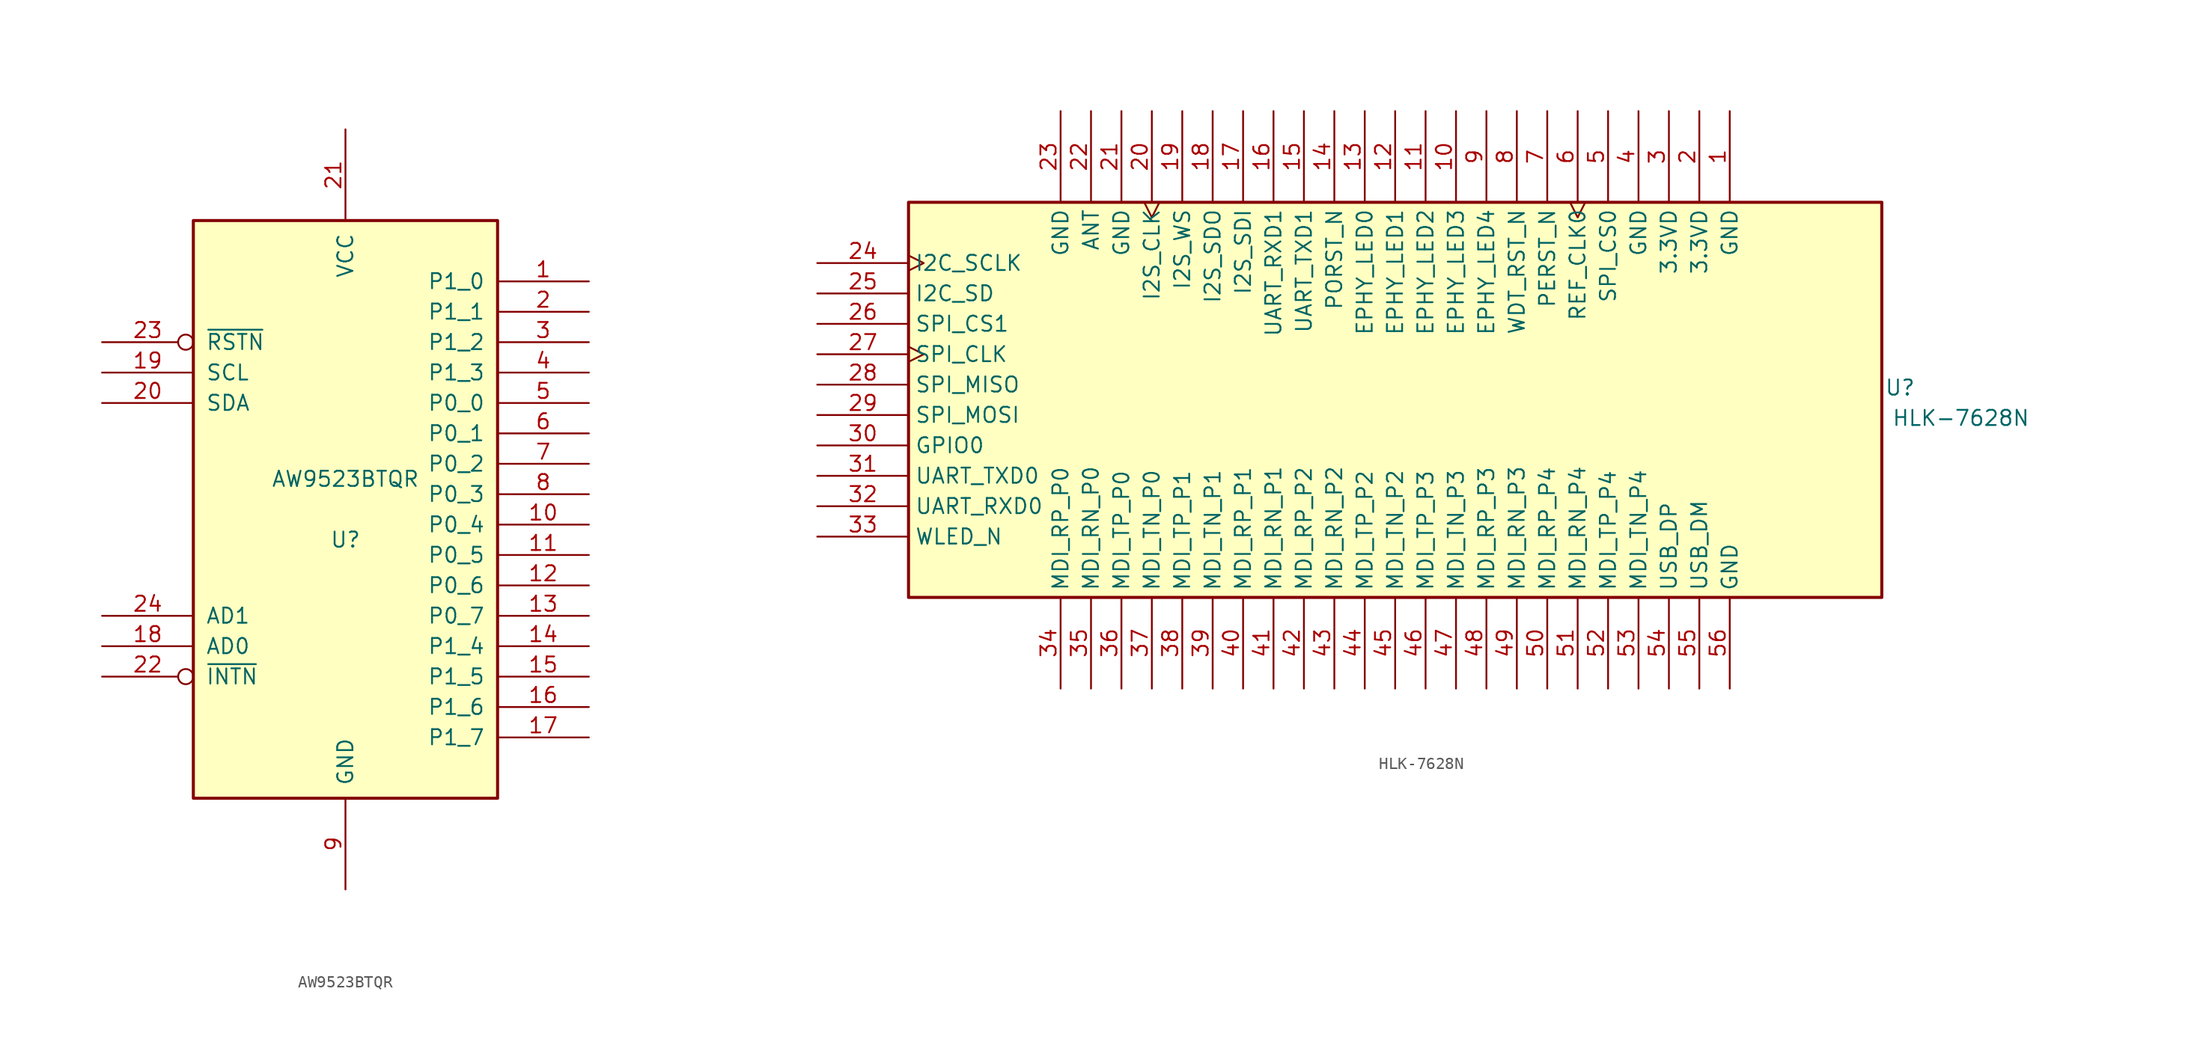
<source format=kicad_sym>
(kicad_symbol_lib
  (version 20231120)
  (generator "kicad_symbol_editor")
  (generator_version "8.0")
  (symbol "AW9523BTQR"
    (pin_names
      (offset 1.016))
    (property "Reference" "U"
      (at 0 -2.54 0)
      (effects (font (size 1.27 1.27))))
    (property "Value" "AW9523BTQR"
      (at 0 2.54 0)
      (effects (font (size 1.27 1.27))))
    (symbol "AW9523BTQR_1_0"
      (rectangle (start -12.7 24.13) (end 12.7 -24.13) (stroke (width 0.254) (type default)) (fill (type background))))
    (symbol "AW9523BTQR_1_1"
      (pin bidirectional line (at 20.32 19.05 180) (length 7.62) (name "P1_0" (effects (font (size 1.27 1.27)))) (number "1" (effects (font (size 1.27 1.27)))))
      (pin bidirectional line (at 20.32 -1.27 180) (length 7.62) (name "P0_4" (effects (font (size 1.27 1.27)))) (number "10" (effects (font (size 1.27 1.27)))))
      (pin bidirectional line (at 20.32 -3.81 180) (length 7.62) (name "P0_5" (effects (font (size 1.27 1.27)))) (number "11" (effects (font (size 1.27 1.27)))))
      (pin bidirectional line (at 20.32 -6.35 180) (length 7.62) (name "P0_6" (effects (font (size 1.27 1.27)))) (number "12" (effects (font (size 1.27 1.27)))))
      (pin bidirectional line (at 20.32 -8.89 180) (length 7.62) (name "P0_7" (effects (font (size 1.27 1.27)))) (number "13" (effects (font (size 1.27 1.27)))))
      (pin bidirectional line (at 20.32 -11.43 180) (length 7.62) (name "P1_4" (effects (font (size 1.27 1.27)))) (number "14" (effects (font (size 1.27 1.27)))))
      (pin bidirectional line (at 20.32 -13.97 180) (length 7.62) (name "P1_5" (effects (font (size 1.27 1.27)))) (number "15" (effects (font (size 1.27 1.27)))))
      (pin bidirectional line (at 20.32 -16.51 180) (length 7.62) (name "P1_6" (effects (font (size 1.27 1.27)))) (number "16" (effects (font (size 1.27 1.27)))))
      (pin bidirectional line (at 20.32 -19.05 180) (length 7.62) (name "P1_7" (effects (font (size 1.27 1.27)))) (number "17" (effects (font (size 1.27 1.27)))))
      (pin input line (at -20.32 -11.43 0) (length 7.62) (name "AD0" (effects (font (size 1.27 1.27)))) (number "18" (effects (font (size 1.27 1.27)))))
      (pin input line (at -20.32 11.43 0) (length 7.62) (name "SCL" (effects (font (size 1.27 1.27)))) (number "19" (effects (font (size 1.27 1.27)))))
      (pin bidirectional line (at 20.32 16.51 180) (length 7.62) (name "P1_1" (effects (font (size 1.27 1.27)))) (number "2" (effects (font (size 1.27 1.27)))))
      (pin bidirectional line (at -20.32 8.89 0) (length 7.62) (name "SDA" (effects (font (size 1.27 1.27)))) (number "20" (effects (font (size 1.27 1.27)))))
      (pin power_in line (at 0 31.75 270) (length 7.62) (name "VCC" (effects (font (size 1.27 1.27)))) (number "21" (effects (font (size 1.27 1.27)))))
      (pin output inverted (at -20.32 -13.97 0) (length 7.62) (name "~{INTN}" (effects (font (size 1.27 1.27)))) (number "22" (effects (font (size 1.27 1.27)))))
      (pin input inverted (at -20.32 13.97 0) (length 7.62) (name "~{RSTN}" (effects (font (size 1.27 1.27)))) (number "23" (effects (font (size 1.27 1.27)))))
      (pin input line (at -20.32 -8.89 0) (length 7.62) (name "AD1" (effects (font (size 1.27 1.27)))) (number "24" (effects (font (size 1.27 1.27)))))
      (pin bidirectional line (at 20.32 13.97 180) (length 7.62) (name "P1_2" (effects (font (size 1.27 1.27)))) (number "3" (effects (font (size 1.27 1.27)))))
      (pin bidirectional line (at 20.32 11.43 180) (length 7.62) (name "P1_3" (effects (font (size 1.27 1.27)))) (number "4" (effects (font (size 1.27 1.27)))))
      (pin bidirectional line (at 20.32 8.89 180) (length 7.62) (name "P0_0" (effects (font (size 1.27 1.27)))) (number "5" (effects (font (size 1.27 1.27)))))
      (pin bidirectional line (at 20.32 6.35 180) (length 7.62) (name "P0_1" (effects (font (size 1.27 1.27)))) (number "6" (effects (font (size 1.27 1.27)))))
      (pin bidirectional line (at 20.32 3.81 180) (length 7.62) (name "P0_2" (effects (font (size 1.27 1.27)))) (number "7" (effects (font (size 1.27 1.27)))))
      (pin bidirectional line (at 20.32 1.27 180) (length 7.62) (name "P0_3" (effects (font (size 1.27 1.27)))) (number "8" (effects (font (size 1.27 1.27)))))
      (pin power_in line (at 0 -31.75 90) (length 7.62) (name "GND" (effects (font (size 1.27 1.27)))) (number "9" (effects (font (size 1.27 1.27)))))))
  (symbol "HLK-7628N"
    (property "Reference" "U"
      (at 42.164 1.016 0)
      (effects (font (size 1.27 1.27))))
    (property "Value" "HLK-7628N"
      (at 47.244 -1.524 0)
      (effects (font (size 1.27 1.27))))
    (symbol "HLK-7628N_1_0"
      (rectangle (start -40.64 16.51) (end 40.64 -16.51) (stroke (width 0.254) (type solid)) (fill (type background))))
    (symbol "HLK-7628N_1_1"
      (pin power_in line (at 27.94 24.13 270) (length 7.62) (name "GND" (effects (font (size 1.27 1.27)))) (number "1" (effects (font (size 1.27 1.27)))))
      (pin bidirectional line (at 5.08 24.13 270) (length 7.62) (name "EPHY_LED3" (effects (font (size 1.27 1.27)))) (number "10" (effects (font (size 1.27 1.27)))))
      (pin bidirectional line (at 2.54 24.13 270) (length 7.62) (name "EPHY_LED2" (effects (font (size 1.27 1.27)))) (number "11" (effects (font (size 1.27 1.27)))))
      (pin bidirectional line (at 0 24.13 270) (length 7.62) (name "EPHY_LED1" (effects (font (size 1.27 1.27)))) (number "12" (effects (font (size 1.27 1.27)))))
      (pin bidirectional line (at -2.54 24.13 270) (length 7.62) (name "EPHY_LED0" (effects (font (size 1.27 1.27)))) (number "13" (effects (font (size 1.27 1.27)))))
      (pin bidirectional line (at -5.08 24.13 270) (length 7.62) (name "PORST_N" (effects (font (size 1.27 1.27)))) (number "14" (effects (font (size 1.27 1.27)))))
      (pin output line (at -7.62 24.13 270) (length 7.62) (name "UART_TXD1" (effects (font (size 1.27 1.27)))) (number "15" (effects (font (size 1.27 1.27)))))
      (pin input line (at -10.16 24.13 270) (length 7.62) (name "UART_RXD1" (effects (font (size 1.27 1.27)))) (number "16" (effects (font (size 1.27 1.27)))))
      (pin bidirectional line (at -12.7 24.13 270) (length 7.62) (name "I2S_SDI" (effects (font (size 1.27 1.27)))) (number "17" (effects (font (size 1.27 1.27)))))
      (pin bidirectional line (at -15.24 24.13 270) (length 7.62) (name "I2S_SDO" (effects (font (size 1.27 1.27)))) (number "18" (effects (font (size 1.27 1.27)))))
      (pin bidirectional line (at -17.78 24.13 270) (length 7.62) (name "I2S_WS" (effects (font (size 1.27 1.27)))) (number "19" (effects (font (size 1.27 1.27)))))
      (pin power_in line (at 25.4 24.13 270) (length 7.62) (name "3.3VD" (effects (font (size 1.27 1.27)))) (number "2" (effects (font (size 1.27 1.27)))))
      (pin bidirectional clock (at -20.32 24.13 270) (length 7.62) (name "I2S_CLK" (effects (font (size 1.27 1.27)))) (number "20" (effects (font (size 1.27 1.27)))))
      (pin power_in line (at -22.86 24.13 270) (length 7.62) (name "GND" (effects (font (size 1.27 1.27)))) (number "21" (effects (font (size 1.27 1.27)))))
      (pin bidirectional line (at -25.4 24.13 270) (length 7.62) (name "ANT" (effects (font (size 1.27 1.27)))) (number "22" (effects (font (size 1.27 1.27)))))
      (pin power_in line (at -27.94 24.13 270) (length 7.62) (name "GND" (effects (font (size 1.27 1.27)))) (number "23" (effects (font (size 1.27 1.27)))))
      (pin bidirectional clock (at -48.26 11.43 0) (length 7.62) (name "I2C_SCLK" (effects (font (size 1.27 1.27)))) (number "24" (effects (font (size 1.27 1.27)))))
      (pin bidirectional line (at -48.26 8.89 0) (length 7.62) (name "I2C_SD" (effects (font (size 1.27 1.27)))) (number "25" (effects (font (size 1.27 1.27)))))
      (pin bidirectional line (at -48.26 6.35 0) (length 7.62) (name "SPI_CS1" (effects (font (size 1.27 1.27)))) (number "26" (effects (font (size 1.27 1.27)))))
      (pin bidirectional clock (at -48.26 3.81 0) (length 7.62) (name "SPI_CLK" (effects (font (size 1.27 1.27)))) (number "27" (effects (font (size 1.27 1.27)))))
      (pin bidirectional line (at -48.26 1.27 0) (length 7.62) (name "SPI_MISO" (effects (font (size 1.27 1.27)))) (number "28" (effects (font (size 1.27 1.27)))))
      (pin bidirectional line (at -48.26 -1.27 0) (length 7.62) (name "SPI_MOSI" (effects (font (size 1.27 1.27)))) (number "29" (effects (font (size 1.27 1.27)))))
      (pin power_in line (at 22.86 24.13 270) (length 7.62) (name "3.3VD" (effects (font (size 1.27 1.27)))) (number "3" (effects (font (size 1.27 1.27)))))
      (pin bidirectional line (at -48.26 -3.81 0) (length 7.62) (name "GPIO0" (effects (font (size 1.27 1.27)))) (number "30" (effects (font (size 1.27 1.27)))))
      (pin output line (at -48.26 -6.35 0) (length 7.62) (name "UART_TXD0" (effects (font (size 1.27 1.27)))) (number "31" (effects (font (size 1.27 1.27)))))
      (pin input line (at -48.26 -8.89 0) (length 7.62) (name "UART_RXD0" (effects (font (size 1.27 1.27)))) (number "32" (effects (font (size 1.27 1.27)))))
      (pin bidirectional line (at -48.26 -11.43 0) (length 7.62) (name "WLED_N" (effects (font (size 1.27 1.27)))) (number "33" (effects (font (size 1.27 1.27)))))
      (pin bidirectional line (at -27.94 -24.13 90) (length 7.62) (name "MDI_RP_P0" (effects (font (size 1.27 1.27)))) (number "34" (effects (font (size 1.27 1.27)))))
      (pin bidirectional line (at -25.4 -24.13 90) (length 7.62) (name "MDI_RN_P0" (effects (font (size 1.27 1.27)))) (number "35" (effects (font (size 1.27 1.27)))))
      (pin bidirectional line (at -22.86 -24.13 90) (length 7.62) (name "MDI_TP_P0" (effects (font (size 1.27 1.27)))) (number "36" (effects (font (size 1.27 1.27)))))
      (pin bidirectional line (at -20.32 -24.13 90) (length 7.62) (name "MDI_TN_P0" (effects (font (size 1.27 1.27)))) (number "37" (effects (font (size 1.27 1.27)))))
      (pin bidirectional line (at -17.78 -24.13 90) (length 7.62) (name "MDI_TP_P1" (effects (font (size 1.27 1.27)))) (number "38" (effects (font (size 1.27 1.27)))))
      (pin bidirectional line (at -15.24 -24.13 90) (length 7.62) (name "MDI_TN_P1" (effects (font (size 1.27 1.27)))) (number "39" (effects (font (size 1.27 1.27)))))
      (pin power_in line (at 20.32 24.13 270) (length 7.62) (name "GND" (effects (font (size 1.27 1.27)))) (number "4" (effects (font (size 1.27 1.27)))))
      (pin bidirectional line (at -12.7 -24.13 90) (length 7.62) (name "MDI_RP_P1" (effects (font (size 1.27 1.27)))) (number "40" (effects (font (size 1.27 1.27)))))
      (pin bidirectional line (at -10.16 -24.13 90) (length 7.62) (name "MDI_RN_P1" (effects (font (size 1.27 1.27)))) (number "41" (effects (font (size 1.27 1.27)))))
      (pin bidirectional line (at -7.62 -24.13 90) (length 7.62) (name "MDI_RP_P2" (effects (font (size 1.27 1.27)))) (number "42" (effects (font (size 1.27 1.27)))))
      (pin bidirectional line (at -5.08 -24.13 90) (length 7.62) (name "MDI_RN_P2" (effects (font (size 1.27 1.27)))) (number "43" (effects (font (size 1.27 1.27)))))
      (pin bidirectional line (at -2.54 -24.13 90) (length 7.62) (name "MDI_TP_P2" (effects (font (size 1.27 1.27)))) (number "44" (effects (font (size 1.27 1.27)))))
      (pin bidirectional line (at 0 -24.13 90) (length 7.62) (name "MDI_TN_P2" (effects (font (size 1.27 1.27)))) (number "45" (effects (font (size 1.27 1.27)))))
      (pin bidirectional line (at 2.54 -24.13 90) (length 7.62) (name "MDI_TP_P3" (effects (font (size 1.27 1.27)))) (number "46" (effects (font (size 1.27 1.27)))))
      (pin bidirectional line (at 5.08 -24.13 90) (length 7.62) (name "MDI_TN_P3" (effects (font (size 1.27 1.27)))) (number "47" (effects (font (size 1.27 1.27)))))
      (pin bidirectional line (at 7.62 -24.13 90) (length 7.62) (name "MDI_RP_P3" (effects (font (size 1.27 1.27)))) (number "48" (effects (font (size 1.27 1.27)))))
      (pin bidirectional line (at 10.16 -24.13 90) (length 7.62) (name "MDI_RN_P3" (effects (font (size 1.27 1.27)))) (number "49" (effects (font (size 1.27 1.27)))))
      (pin bidirectional line (at 17.78 24.13 270) (length 7.62) (name "SPI_CS0" (effects (font (size 1.27 1.27)))) (number "5" (effects (font (size 1.27 1.27)))))
      (pin bidirectional line (at 12.7 -24.13 90) (length 7.62) (name "MDI_RP_P4" (effects (font (size 1.27 1.27)))) (number "50" (effects (font (size 1.27 1.27)))))
      (pin bidirectional line (at 15.24 -24.13 90) (length 7.62) (name "MDI_RN_P4" (effects (font (size 1.27 1.27)))) (number "51" (effects (font (size 1.27 1.27)))))
      (pin bidirectional line (at 17.78 -24.13 90) (length 7.62) (name "MDI_TP_P4" (effects (font (size 1.27 1.27)))) (number "52" (effects (font (size 1.27 1.27)))))
      (pin bidirectional line (at 20.32 -24.13 90) (length 7.62) (name "MDI_TN_P4" (effects (font (size 1.27 1.27)))) (number "53" (effects (font (size 1.27 1.27)))))
      (pin bidirectional line (at 22.86 -24.13 90) (length 7.62) (name "USB_DP" (effects (font (size 1.27 1.27)))) (number "54" (effects (font (size 1.27 1.27)))))
      (pin bidirectional line (at 25.4 -24.13 90) (length 7.62) (name "USB_DM" (effects (font (size 1.27 1.27)))) (number "55" (effects (font (size 1.27 1.27)))))
      (pin power_in line (at 27.94 -24.13 90) (length 7.62) (name "GND" (effects (font (size 1.27 1.27)))) (number "56" (effects (font (size 1.27 1.27)))))
      (pin bidirectional clock (at 15.24 24.13 270) (length 7.62) (name "REF_CLK0" (effects (font (size 1.27 1.27)))) (number "6" (effects (font (size 1.27 1.27)))))
      (pin bidirectional line (at 12.7 24.13 270) (length 7.62) (name "PERST_N" (effects (font (size 1.27 1.27)))) (number "7" (effects (font (size 1.27 1.27)))))
      (pin bidirectional line (at 10.16 24.13 270) (length 7.62) (name "WDT_RST_N" (effects (font (size 1.27 1.27)))) (number "8" (effects (font (size 1.27 1.27)))))
      (pin bidirectional line (at 7.62 24.13 270) (length 7.62) (name "EPHY_LED4" (effects (font (size 1.27 1.27)))) (number "9" (effects (font (size 1.27 1.27))))))))
</source>
